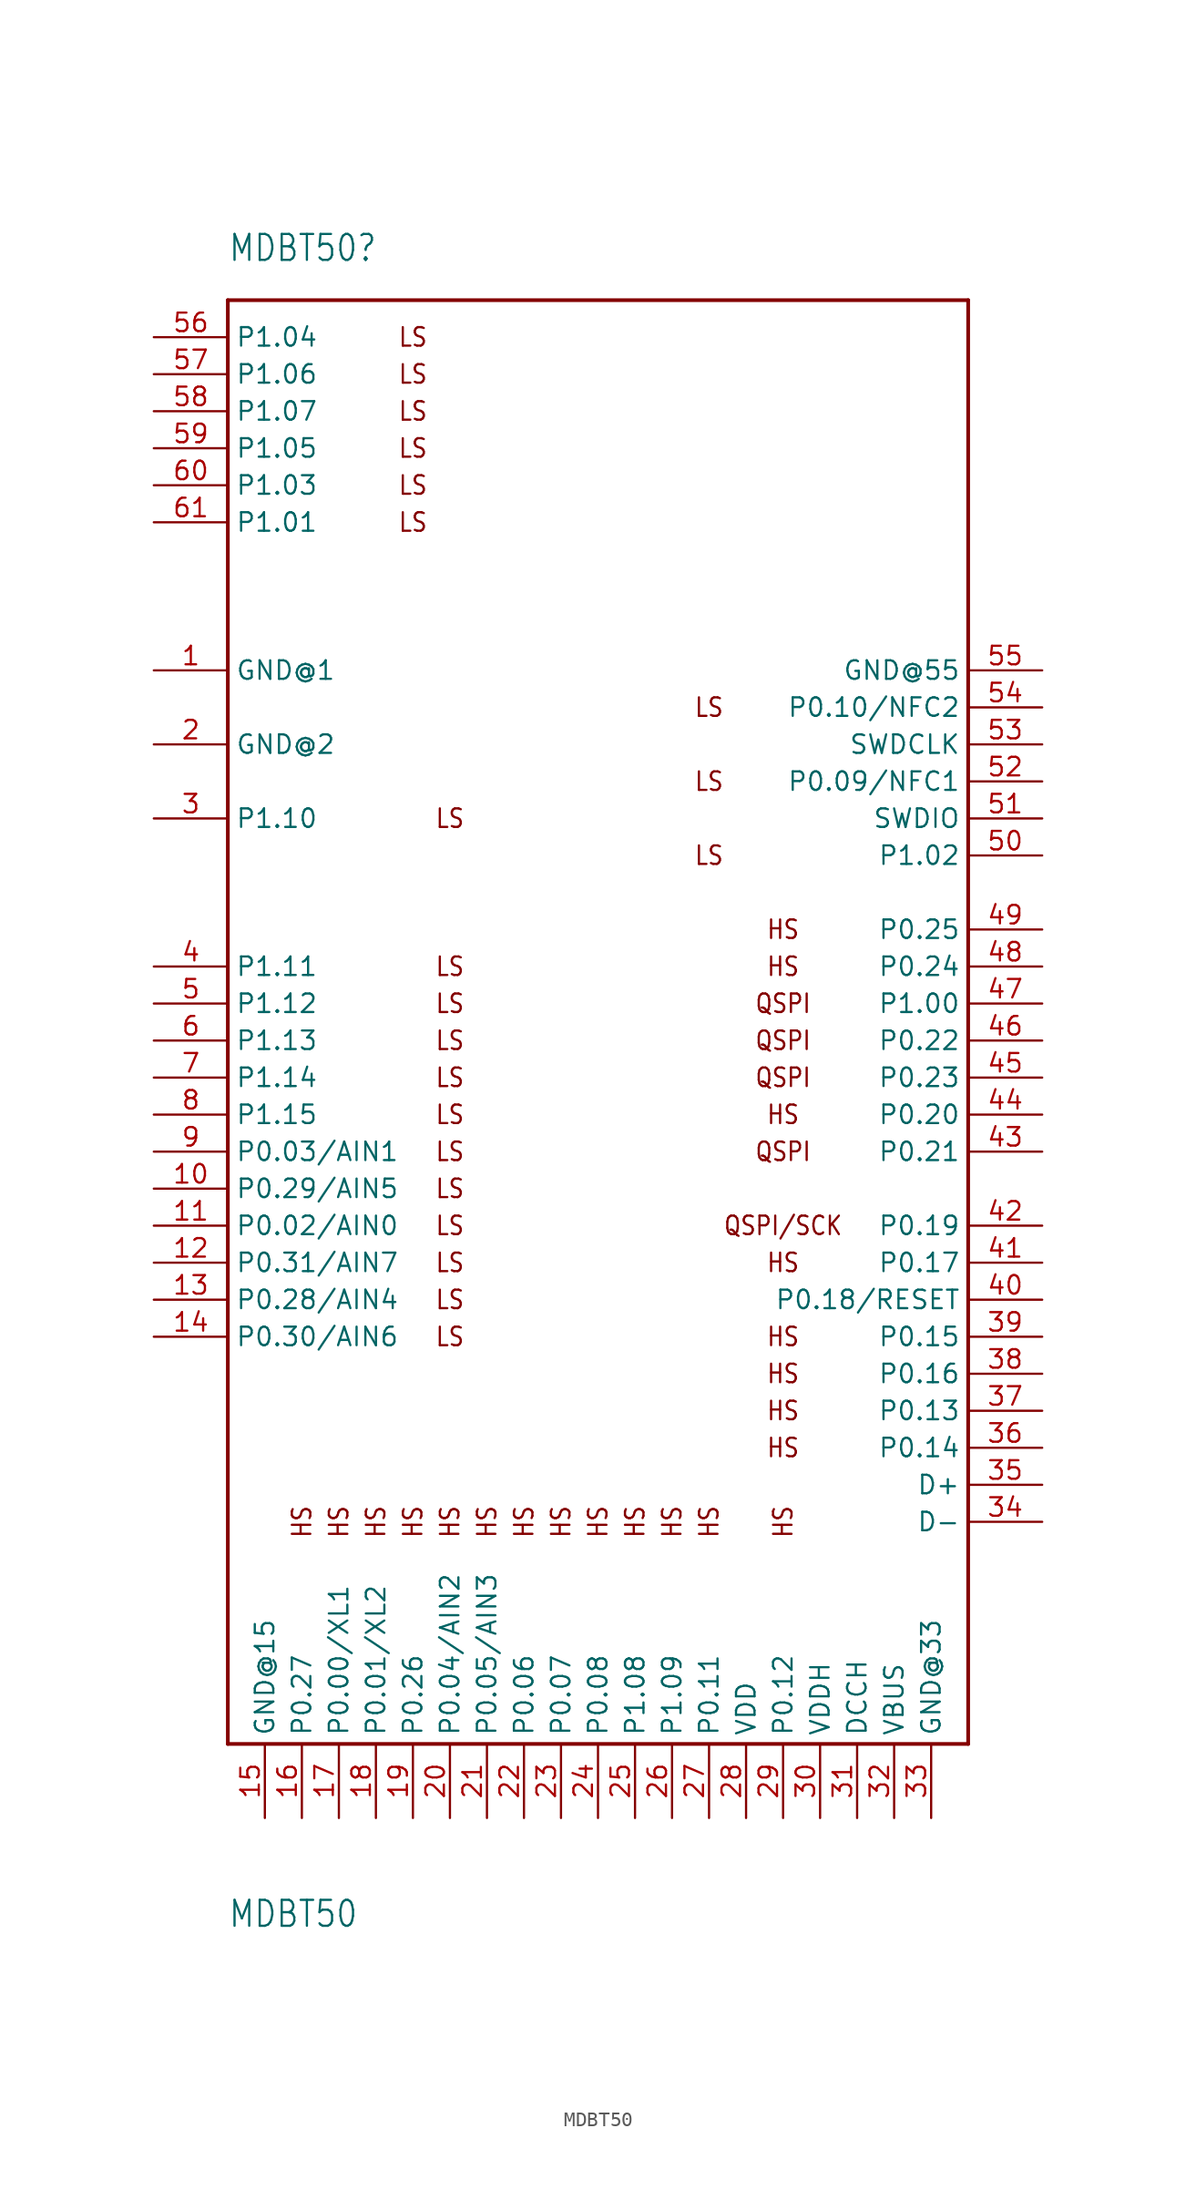
<source format=kicad_sym>
(kicad_symbol_lib
  (version 20211014)
  (generator kicad_symbol_editor)
  (symbol "MDBT50"
    (property "Reference" "MDBT50"
      (at -25.4 50.8 0)
      (effects (font (size 1.778 1.511)) (justify left bottom)))
    (property "Value" "MDBT50"
      (at -25.4 -63.5 0)
      (effects (font (size 1.778 1.511)) (justify left bottom)))
    (property "ki_locked" ""
      (at 0 0 0)
      (effects (font (size 1.27 1.27))))
    (symbol "MDBT50_1_0"
      (polyline (pts (xy -25.4 -50.8) (xy 25.4 -50.8)) (stroke (width 0.254) (type default) (color 0 0 0 0)) (fill (type none)))
      (polyline (pts (xy -25.4 48.26) (xy -25.4 -50.8)) (stroke (width 0.254) (type default) (color 0 0 0 0)) (fill (type none)))
      (polyline (pts (xy 25.4 -50.8) (xy 25.4 48.26)) (stroke (width 0.254) (type default) (color 0 0 0 0)) (fill (type none)))
      (polyline (pts (xy 25.4 48.26) (xy -25.4 48.26)) (stroke (width 0.254) (type default) (color 0 0 0 0)) (fill (type none)))
      (text "HS" (at -20.32 -35.56 900) (effects (font (size 1.27 1.079))))
      (text "HS" (at -17.78 -35.56 900) (effects (font (size 1.27 1.079))))
      (text "HS" (at -15.24 -35.56 900) (effects (font (size 1.27 1.079))))
      (text "HS" (at -12.7 -35.56 900) (effects (font (size 1.27 1.079))))
      (text "HS" (at -10.16 -35.56 900) (effects (font (size 1.27 1.079))))
      (text "HS" (at -7.62 -35.56 900) (effects (font (size 1.27 1.079))))
      (text "HS" (at -5.08 -35.56 900) (effects (font (size 1.27 1.079))))
      (text "HS" (at -2.54 -35.56 900) (effects (font (size 1.27 1.079))))
      (text "HS" (at 0 -35.56 900) (effects (font (size 1.27 1.079))))
      (text "HS" (at 2.54 -35.56 900) (effects (font (size 1.27 1.079))))
      (text "HS" (at 5.08 -35.56 900) (effects (font (size 1.27 1.079))))
      (text "HS" (at 7.62 -35.56 900) (effects (font (size 1.27 1.079))))
      (text "HS" (at 12.7 -35.56 900) (effects (font (size 1.27 1.079))))
      (text "HS" (at 12.7 -30.48 0) (effects (font (size 1.27 1.079))))
      (text "HS" (at 12.7 -27.94 0) (effects (font (size 1.27 1.079))))
      (text "HS" (at 12.7 -25.4 0) (effects (font (size 1.27 1.079))))
      (text "HS" (at 12.7 -22.86 0) (effects (font (size 1.27 1.079))))
      (text "HS" (at 12.7 -17.78 0) (effects (font (size 1.27 1.079))))
      (text "HS" (at 12.7 -7.62 0) (effects (font (size 1.27 1.079))))
      (text "HS" (at 12.7 2.54 0) (effects (font (size 1.27 1.079))))
      (text "HS" (at 12.7 5.08 0) (effects (font (size 1.27 1.079))))
      (text "LS" (at -12.7 33.02 0) (effects (font (size 1.27 1.079))))
      (text "LS" (at -12.7 35.56 0) (effects (font (size 1.27 1.079))))
      (text "LS" (at -12.7 38.1 0) (effects (font (size 1.27 1.079))))
      (text "LS" (at -12.7 40.64 0) (effects (font (size 1.27 1.079))))
      (text "LS" (at -12.7 43.18 0) (effects (font (size 1.27 1.079))))
      (text "LS" (at -12.7 45.72 0) (effects (font (size 1.27 1.079))))
      (text "LS" (at -10.16 -22.86 0) (effects (font (size 1.27 1.079))))
      (text "LS" (at -10.16 -20.32 0) (effects (font (size 1.27 1.079))))
      (text "LS" (at -10.16 -17.78 0) (effects (font (size 1.27 1.079))))
      (text "LS" (at -10.16 -15.24 0) (effects (font (size 1.27 1.079))))
      (text "LS" (at -10.16 -12.7 0) (effects (font (size 1.27 1.079))))
      (text "LS" (at -10.16 -10.16 0) (effects (font (size 1.27 1.079))))
      (text "LS" (at -10.16 -7.62 0) (effects (font (size 1.27 1.079))))
      (text "LS" (at -10.16 -5.08 0) (effects (font (size 1.27 1.079))))
      (text "LS" (at -10.16 -2.54 0) (effects (font (size 1.27 1.079))))
      (text "LS" (at -10.16 0 0) (effects (font (size 1.27 1.079))))
      (text "LS" (at -10.16 2.54 0) (effects (font (size 1.27 1.079))))
      (text "LS" (at -10.16 12.7 0) (effects (font (size 1.27 1.079))))
      (text "LS" (at 7.62 10.16 0) (effects (font (size 1.27 1.079))))
      (text "LS" (at 7.62 15.24 0) (effects (font (size 1.27 1.079))))
      (text "LS" (at 7.62 20.32 0) (effects (font (size 1.27 1.079))))
      (text "QSPI" (at 12.7 -10.16 0) (effects (font (size 1.27 1.079))))
      (text "QSPI" (at 12.7 -5.08 0) (effects (font (size 1.27 1.079))))
      (text "QSPI" (at 12.7 -2.54 0) (effects (font (size 1.27 1.079))))
      (text "QSPI" (at 12.7 0 0) (effects (font (size 1.27 1.079))))
      (text "QSPI/SCK" (at 12.7 -15.24 0) (effects (font (size 1.27 1.079))))
      (pin bidirectional line (at -30.48 22.86 0) (length 5.08) (name "GND@1" (effects (font (size 1.27 1.27)))) (number "1" (effects (font (size 1.27 1.27)))))
      (pin bidirectional line (at -30.48 -12.7 0) (length 5.08) (name "P0.29/AIN5" (effects (font (size 1.27 1.27)))) (number "10" (effects (font (size 1.27 1.27)))))
      (pin bidirectional line (at -30.48 -15.24 0) (length 5.08) (name "P0.02/AIN0" (effects (font (size 1.27 1.27)))) (number "11" (effects (font (size 1.27 1.27)))))
      (pin bidirectional line (at -30.48 -17.78 0) (length 5.08) (name "P0.31/AIN7" (effects (font (size 1.27 1.27)))) (number "12" (effects (font (size 1.27 1.27)))))
      (pin bidirectional line (at -30.48 -20.32 0) (length 5.08) (name "P0.28/AIN4" (effects (font (size 1.27 1.27)))) (number "13" (effects (font (size 1.27 1.27)))))
      (pin bidirectional line (at -30.48 -22.86 0) (length 5.08) (name "P0.30/AIN6" (effects (font (size 1.27 1.27)))) (number "14" (effects (font (size 1.27 1.27)))))
      (pin bidirectional line (at -22.86 -55.88 90) (length 5.08) (name "GND@15" (effects (font (size 1.27 1.27)))) (number "15" (effects (font (size 1.27 1.27)))))
      (pin bidirectional line (at -20.32 -55.88 90) (length 5.08) (name "P0.27" (effects (font (size 1.27 1.27)))) (number "16" (effects (font (size 1.27 1.27)))))
      (pin bidirectional line (at -17.78 -55.88 90) (length 5.08) (name "P0.00/XL1" (effects (font (size 1.27 1.27)))) (number "17" (effects (font (size 1.27 1.27)))))
      (pin bidirectional line (at -15.24 -55.88 90) (length 5.08) (name "P0.01/XL2" (effects (font (size 1.27 1.27)))) (number "18" (effects (font (size 1.27 1.27)))))
      (pin bidirectional line (at -12.7 -55.88 90) (length 5.08) (name "P0.26" (effects (font (size 1.27 1.27)))) (number "19" (effects (font (size 1.27 1.27)))))
      (pin bidirectional line (at -30.48 17.78 0) (length 5.08) (name "GND@2" (effects (font (size 1.27 1.27)))) (number "2" (effects (font (size 1.27 1.27)))))
      (pin bidirectional line (at -10.16 -55.88 90) (length 5.08) (name "P0.04/AIN2" (effects (font (size 1.27 1.27)))) (number "20" (effects (font (size 1.27 1.27)))))
      (pin bidirectional line (at -7.62 -55.88 90) (length 5.08) (name "P0.05/AIN3" (effects (font (size 1.27 1.27)))) (number "21" (effects (font (size 1.27 1.27)))))
      (pin bidirectional line (at -5.08 -55.88 90) (length 5.08) (name "P0.06" (effects (font (size 1.27 1.27)))) (number "22" (effects (font (size 1.27 1.27)))))
      (pin bidirectional line (at -2.54 -55.88 90) (length 5.08) (name "P0.07" (effects (font (size 1.27 1.27)))) (number "23" (effects (font (size 1.27 1.27)))))
      (pin bidirectional line (at 0 -55.88 90) (length 5.08) (name "P0.08" (effects (font (size 1.27 1.27)))) (number "24" (effects (font (size 1.27 1.27)))))
      (pin bidirectional line (at 2.54 -55.88 90) (length 5.08) (name "P1.08" (effects (font (size 1.27 1.27)))) (number "25" (effects (font (size 1.27 1.27)))))
      (pin bidirectional line (at 5.08 -55.88 90) (length 5.08) (name "P1.09" (effects (font (size 1.27 1.27)))) (number "26" (effects (font (size 1.27 1.27)))))
      (pin bidirectional line (at 7.62 -55.88 90) (length 5.08) (name "P0.11" (effects (font (size 1.27 1.27)))) (number "27" (effects (font (size 1.27 1.27)))))
      (pin bidirectional line (at 10.16 -55.88 90) (length 5.08) (name "VDD" (effects (font (size 1.27 1.27)))) (number "28" (effects (font (size 1.27 1.27)))))
      (pin bidirectional line (at 12.7 -55.88 90) (length 5.08) (name "P0.12" (effects (font (size 1.27 1.27)))) (number "29" (effects (font (size 1.27 1.27)))))
      (pin bidirectional line (at -30.48 12.7 0) (length 5.08) (name "P1.10" (effects (font (size 1.27 1.27)))) (number "3" (effects (font (size 1.27 1.27)))))
      (pin bidirectional line (at 15.24 -55.88 90) (length 5.08) (name "VDDH" (effects (font (size 1.27 1.27)))) (number "30" (effects (font (size 1.27 1.27)))))
      (pin bidirectional line (at 17.78 -55.88 90) (length 5.08) (name "DCCH" (effects (font (size 1.27 1.27)))) (number "31" (effects (font (size 1.27 1.27)))))
      (pin bidirectional line (at 20.32 -55.88 90) (length 5.08) (name "VBUS" (effects (font (size 1.27 1.27)))) (number "32" (effects (font (size 1.27 1.27)))))
      (pin bidirectional line (at 22.86 -55.88 90) (length 5.08) (name "GND@33" (effects (font (size 1.27 1.27)))) (number "33" (effects (font (size 1.27 1.27)))))
      (pin bidirectional line (at 30.48 -35.56 180) (length 5.08) (name "D-" (effects (font (size 1.27 1.27)))) (number "34" (effects (font (size 1.27 1.27)))))
      (pin bidirectional line (at 30.48 -33.02 180) (length 5.08) (name "D+" (effects (font (size 1.27 1.27)))) (number "35" (effects (font (size 1.27 1.27)))))
      (pin bidirectional line (at 30.48 -30.48 180) (length 5.08) (name "P0.14" (effects (font (size 1.27 1.27)))) (number "36" (effects (font (size 1.27 1.27)))))
      (pin bidirectional line (at 30.48 -27.94 180) (length 5.08) (name "P0.13" (effects (font (size 1.27 1.27)))) (number "37" (effects (font (size 1.27 1.27)))))
      (pin bidirectional line (at 30.48 -25.4 180) (length 5.08) (name "P0.16" (effects (font (size 1.27 1.27)))) (number "38" (effects (font (size 1.27 1.27)))))
      (pin bidirectional line (at 30.48 -22.86 180) (length 5.08) (name "P0.15" (effects (font (size 1.27 1.27)))) (number "39" (effects (font (size 1.27 1.27)))))
      (pin bidirectional line (at -30.48 2.54 0) (length 5.08) (name "P1.11" (effects (font (size 1.27 1.27)))) (number "4" (effects (font (size 1.27 1.27)))))
      (pin bidirectional line (at 30.48 -20.32 180) (length 5.08) (name "P0.18/RESET" (effects (font (size 1.27 1.27)))) (number "40" (effects (font (size 1.27 1.27)))))
      (pin bidirectional line (at 30.48 -17.78 180) (length 5.08) (name "P0.17" (effects (font (size 1.27 1.27)))) (number "41" (effects (font (size 1.27 1.27)))))
      (pin bidirectional line (at 30.48 -15.24 180) (length 5.08) (name "P0.19" (effects (font (size 1.27 1.27)))) (number "42" (effects (font (size 1.27 1.27)))))
      (pin bidirectional line (at 30.48 -10.16 180) (length 5.08) (name "P0.21" (effects (font (size 1.27 1.27)))) (number "43" (effects (font (size 1.27 1.27)))))
      (pin bidirectional line (at 30.48 -7.62 180) (length 5.08) (name "P0.20" (effects (font (size 1.27 1.27)))) (number "44" (effects (font (size 1.27 1.27)))))
      (pin bidirectional line (at 30.48 -5.08 180) (length 5.08) (name "P0.23" (effects (font (size 1.27 1.27)))) (number "45" (effects (font (size 1.27 1.27)))))
      (pin bidirectional line (at 30.48 -2.54 180) (length 5.08) (name "P0.22" (effects (font (size 1.27 1.27)))) (number "46" (effects (font (size 1.27 1.27)))))
      (pin bidirectional line (at 30.48 0 180) (length 5.08) (name "P1.00" (effects (font (size 1.27 1.27)))) (number "47" (effects (font (size 1.27 1.27)))))
      (pin bidirectional line (at 30.48 2.54 180) (length 5.08) (name "P0.24" (effects (font (size 1.27 1.27)))) (number "48" (effects (font (size 1.27 1.27)))))
      (pin bidirectional line (at 30.48 5.08 180) (length 5.08) (name "P0.25" (effects (font (size 1.27 1.27)))) (number "49" (effects (font (size 1.27 1.27)))))
      (pin bidirectional line (at -30.48 0 0) (length 5.08) (name "P1.12" (effects (font (size 1.27 1.27)))) (number "5" (effects (font (size 1.27 1.27)))))
      (pin bidirectional line (at 30.48 10.16 180) (length 5.08) (name "P1.02" (effects (font (size 1.27 1.27)))) (number "50" (effects (font (size 1.27 1.27)))))
      (pin bidirectional line (at 30.48 12.7 180) (length 5.08) (name "SWDIO" (effects (font (size 1.27 1.27)))) (number "51" (effects (font (size 1.27 1.27)))))
      (pin bidirectional line (at 30.48 15.24 180) (length 5.08) (name "P0.09/NFC1" (effects (font (size 1.27 1.27)))) (number "52" (effects (font (size 1.27 1.27)))))
      (pin bidirectional line (at 30.48 17.78 180) (length 5.08) (name "SWDCLK" (effects (font (size 1.27 1.27)))) (number "53" (effects (font (size 1.27 1.27)))))
      (pin bidirectional line (at 30.48 20.32 180) (length 5.08) (name "P0.10/NFC2" (effects (font (size 1.27 1.27)))) (number "54" (effects (font (size 1.27 1.27)))))
      (pin bidirectional line (at 30.48 22.86 180) (length 5.08) (name "GND@55" (effects (font (size 1.27 1.27)))) (number "55" (effects (font (size 1.27 1.27)))))
      (pin bidirectional line (at -30.48 45.72 0) (length 5.08) (name "P1.04" (effects (font (size 1.27 1.27)))) (number "56" (effects (font (size 1.27 1.27)))))
      (pin bidirectional line (at -30.48 43.18 0) (length 5.08) (name "P1.06" (effects (font (size 1.27 1.27)))) (number "57" (effects (font (size 1.27 1.27)))))
      (pin bidirectional line (at -30.48 40.64 0) (length 5.08) (name "P1.07" (effects (font (size 1.27 1.27)))) (number "58" (effects (font (size 1.27 1.27)))))
      (pin bidirectional line (at -30.48 38.1 0) (length 5.08) (name "P1.05" (effects (font (size 1.27 1.27)))) (number "59" (effects (font (size 1.27 1.27)))))
      (pin bidirectional line (at -30.48 -2.54 0) (length 5.08) (name "P1.13" (effects (font (size 1.27 1.27)))) (number "6" (effects (font (size 1.27 1.27)))))
      (pin bidirectional line (at -30.48 35.56 0) (length 5.08) (name "P1.03" (effects (font (size 1.27 1.27)))) (number "60" (effects (font (size 1.27 1.27)))))
      (pin bidirectional line (at -30.48 33.02 0) (length 5.08) (name "P1.01" (effects (font (size 1.27 1.27)))) (number "61" (effects (font (size 1.27 1.27)))))
      (pin bidirectional line (at -30.48 -5.08 0) (length 5.08) (name "P1.14" (effects (font (size 1.27 1.27)))) (number "7" (effects (font (size 1.27 1.27)))))
      (pin bidirectional line (at -30.48 -7.62 0) (length 5.08) (name "P1.15" (effects (font (size 1.27 1.27)))) (number "8" (effects (font (size 1.27 1.27)))))
      (pin bidirectional line (at -30.48 -10.16 0) (length 5.08) (name "P0.03/AIN1" (effects (font (size 1.27 1.27)))) (number "9" (effects (font (size 1.27 1.27))))))))
</source>
